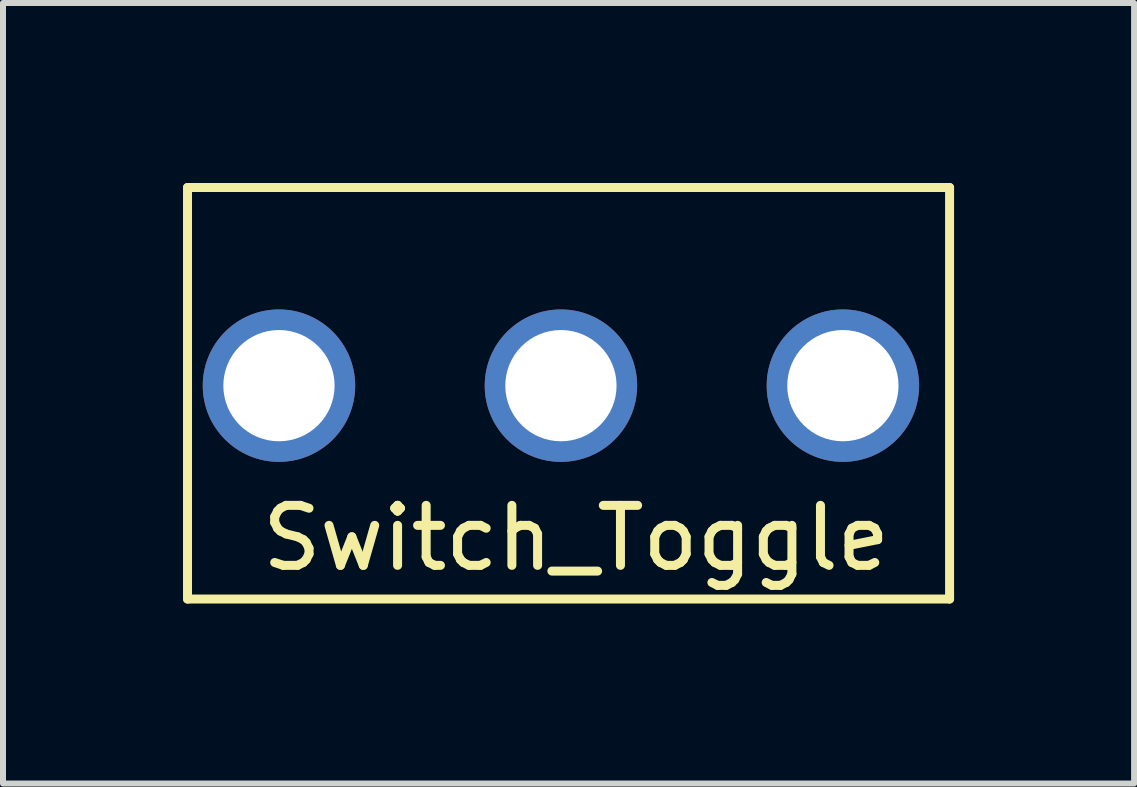
<source format=kicad_pcb>
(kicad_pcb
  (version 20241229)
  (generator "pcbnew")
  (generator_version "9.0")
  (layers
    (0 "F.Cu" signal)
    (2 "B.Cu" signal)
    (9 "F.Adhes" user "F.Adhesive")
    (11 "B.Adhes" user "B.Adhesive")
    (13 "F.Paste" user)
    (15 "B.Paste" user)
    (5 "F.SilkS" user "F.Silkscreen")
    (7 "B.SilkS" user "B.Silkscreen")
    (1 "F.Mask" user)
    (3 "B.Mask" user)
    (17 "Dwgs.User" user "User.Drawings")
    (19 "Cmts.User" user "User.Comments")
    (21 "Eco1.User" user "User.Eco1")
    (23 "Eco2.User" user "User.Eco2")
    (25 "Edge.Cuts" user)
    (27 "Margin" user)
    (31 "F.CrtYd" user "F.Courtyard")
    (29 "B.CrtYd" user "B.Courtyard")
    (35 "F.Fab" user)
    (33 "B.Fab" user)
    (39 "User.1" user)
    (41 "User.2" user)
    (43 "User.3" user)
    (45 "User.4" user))
  (footprint "Switch_Toggle"
    (layer "F.Cu")
    (at 1.599 3.377)
    (property "Reference" "Switch_Toggle" (at 4.953 2.54 0) (layer "F.SilkS") (effects (font (size 1 1) (thickness 0.15))))
    (attr through_hole)
    (fp_line (start -1.524 -3.302) (end -1.524 3.556) (stroke (width 0.15) (type solid)) (layer "F.SilkS"))
    (fp_line (start -1.524 3.556) (end 11.176 3.556) (stroke (width 0.15) (type solid)) (layer "F.SilkS"))
    (fp_line (start 11.176 -3.302) (end -1.524 -3.302) (stroke (width 0.15) (type solid)) (layer "F.SilkS"))
    (fp_line (start 11.176 -3.302) (end 11.176 3.556) (stroke (width 0.15) (type solid)) (layer "F.SilkS"))
    (pad "1" thru_hole circle (at 0 0) (size 2.54 2.54) (drill 1.854) (layers "*.Cu" "*.Mask"))
    (pad "2" thru_hole circle (at 4.699 0) (size 2.54 2.54) (drill 1.854) (layers "*.Cu" "*.Mask"))
    (pad "3" thru_hole circle (at 9.398 0) (size 2.54 2.54) (drill 1.854) (layers "*.Cu" "*.Mask")))
  (gr_rect
    (start -3 -3)
    (end 15.85 10.008)
    (stroke (width 0.1) (type default))
    (fill no)
    (layer "Edge.Cuts")))
</source>
